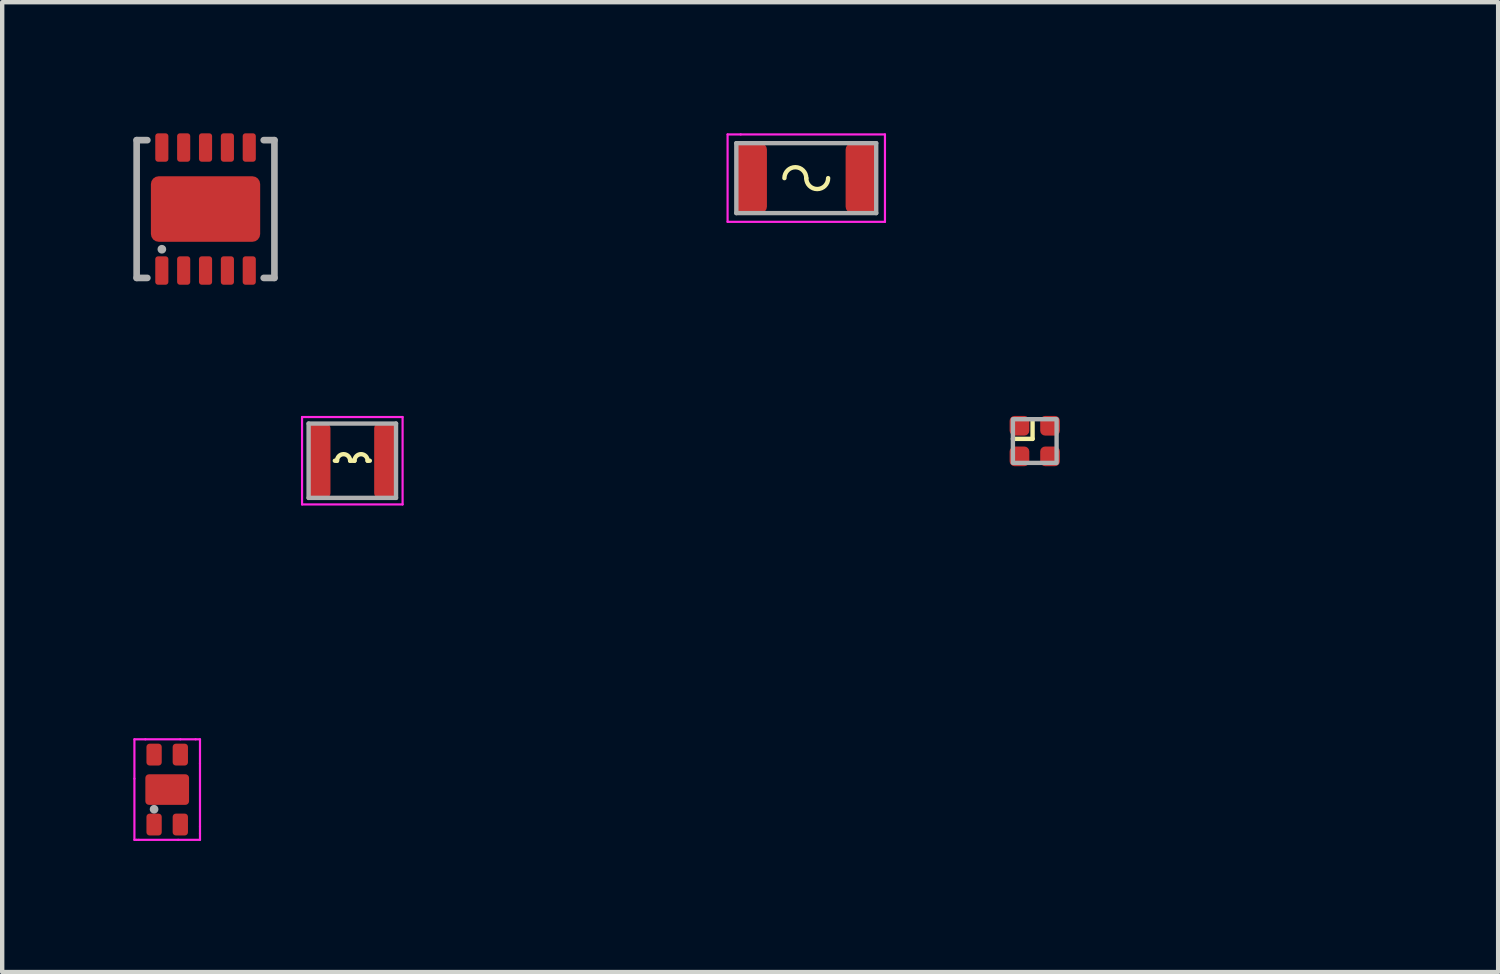
<source format=kicad_pcb>
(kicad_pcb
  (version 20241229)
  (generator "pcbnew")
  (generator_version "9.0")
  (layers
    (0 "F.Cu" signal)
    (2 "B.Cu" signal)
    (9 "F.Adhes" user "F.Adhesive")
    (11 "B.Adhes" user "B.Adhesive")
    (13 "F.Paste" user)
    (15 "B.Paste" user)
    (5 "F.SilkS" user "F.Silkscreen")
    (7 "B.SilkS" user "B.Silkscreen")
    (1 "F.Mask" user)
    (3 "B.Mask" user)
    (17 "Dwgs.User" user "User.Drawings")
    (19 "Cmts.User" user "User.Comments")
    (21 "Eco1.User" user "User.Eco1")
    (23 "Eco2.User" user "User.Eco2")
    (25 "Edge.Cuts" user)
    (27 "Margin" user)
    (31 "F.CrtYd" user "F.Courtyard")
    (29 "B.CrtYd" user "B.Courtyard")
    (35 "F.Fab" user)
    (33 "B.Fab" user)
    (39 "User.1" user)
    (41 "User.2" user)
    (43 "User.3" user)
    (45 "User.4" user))
  (footprint "LED_WS2812B_1010"
    (layer "F.Cu")
    (at 20.622 7.04)
    (property "Reference" "LED_WS2812B_1010" (at 0 -1.3 0) (unlocked yes) (layer "User.8") (effects (font (size 1 1) (thickness 0.1))))
    (attr smd)
    (fp_line (start -0.05 -0.5) (end -0.05 -0.05) (stroke (width 0.1) (type default)) (layer "F.SilkS"))
    (fp_line (start -0.05 -0.05) (end -0.5 -0.05) (stroke (width 0.1) (type default)) (layer "F.SilkS"))
    (fp_rect (start -0.5 -0.5) (end 0.5 0.5) (stroke (width 0.1) (type default)) (fill no) (layer "F.Fab"))
    (fp_text user "${REFERENCE}" (at 0 2.95 0) (unlocked yes) (layer "User.9") (effects (font (size 1 1) (thickness 0.15))))
    (pad "1" smd roundrect (at -0.35 -0.35) (size 0.45 0.45) (layers "F.Cu" "F.Mask" "F.Paste") (roundrect_rratio 0.25))
    (pad "2" smd roundrect (at -0.35 0.35) (size 0.45 0.45) (layers "F.Cu" "F.Mask" "F.Paste") (roundrect_rratio 0.25))
    (pad "3" smd roundrect (at 0.35 0.35) (size 0.45 0.45) (layers "F.Cu" "F.Mask" "F.Paste") (roundrect_rratio 0.25))
    (pad "4" smd roundrect (at 0.35 -0.35) (size 0.45 0.45) (layers "F.Cu" "F.Mask" "F.Paste") (roundrect_rratio 0.25)))
  (footprint "L_Canmi_2016_2.0x1.6mm"
    (layer "F.Cu")
    (at 5.01 7.49)
    (property "Reference" "L_Canmi_2016_2.0x1.6mm" (at 0 -2 0) (layer "User.8") (effects (font (size 1 1) (thickness 0.15))))
    (attr smd)
    (fp_line (start -0.35 0) (end -0.4 0) (stroke (width 0.1) (type default)) (layer "F.SilkS"))
    (fp_line (start -0.05 0) (end 0.05 0) (stroke (width 0.1) (type default)) (layer "F.SilkS"))
    (fp_line (start 0.35 0) (end 0.4 0) (stroke (width 0.1) (type default)) (layer "F.SilkS"))
    (fp_arc (start -0.35 0) (mid -0.2 -0.15) (end -0.05 0) (stroke (width 0.1) (type default)) (layer "F.SilkS"))
    (fp_arc (start 0.05 0) (mid 0.2 -0.15) (end 0.35 0) (stroke (width 0.1) (type default)) (layer "F.SilkS"))
    (fp_line (start -1.15 -1) (end -1 -1) (stroke (width 0.05) (type default)) (layer "F.CrtYd"))
    (fp_line (start -1.15 1) (end -1.15 -1) (stroke (width 0.05) (type default)) (layer "F.CrtYd"))
    (fp_line (start -1 -1) (end 1.15 -1) (stroke (width 0.05) (type default)) (layer "F.CrtYd"))
    (fp_line (start 1.15 -1) (end 1.15 1) (stroke (width 0.05) (type default)) (layer "F.CrtYd"))
    (fp_line (start 1.15 1) (end -1.15 1) (stroke (width 0.05) (type default)) (layer "F.CrtYd"))
    (fp_line (start -1 -0.85) (end 1 -0.85) (stroke (width 0.1) (type default)) (layer "F.Fab"))
    (fp_line (start -1 0.85) (end -1 -0.85) (stroke (width 0.1) (type default)) (layer "F.Fab"))
    (fp_line (start 1 -0.85) (end 1 0.85) (stroke (width 0.1) (type default)) (layer "F.Fab"))
    (fp_line (start 1 0.85) (end -1 0.85) (stroke (width 0.1) (type default)) (layer "F.Fab"))
    (fp_text user "${REFERENCE}" (at 0 0 0) (layer "User.9") (effects (font (size 0.5 0.5) (thickness 0.08))))
    (pad "1" smd roundrect (at -0.75 0) (size 0.5 1.7) (layers "F.Cu" "F.Mask" "F.Paste") (roundrect_rratio 0.21))
    (pad "2" smd roundrect (at 0.75 0) (size 0.5 1.7) (layers "F.Cu" "F.Mask" "F.Paste") (roundrect_rratio 0.21)))
  (footprint "Fuse_Canmi_1206_3216Metric"
    (layer "F.Cu")
    (at 15.395 1.025)
    (property "Reference" "Fuse_Canmi_1206_3216Metric" (at 0 -1.82 0) (layer "User.8") (effects (font (size 1 1) (thickness 0.15))))
    (attr smd)
    (fp_arc (start -0.5 0) (mid -0.25 -0.25) (end 0 0) (stroke (width 0.1) (type default)) (layer "F.SilkS"))
    (fp_arc (start 0.499999 0) (mid 0.25 0.249999) (end 0.000001 0) (stroke (width 0.1) (type default)) (layer "F.SilkS"))
    (fp_line (start -1.8 -1) (end -1.5 -1) (stroke (width 0.05) (type default)) (layer "F.CrtYd"))
    (fp_line (start -1.8 1) (end -1.8 -1) (stroke (width 0.05) (type default)) (layer "F.CrtYd"))
    (fp_line (start -1.5 -1) (end 1.8 -1) (stroke (width 0.05) (type default)) (layer "F.CrtYd"))
    (fp_line (start 1.8 -1) (end 1.8 1) (stroke (width 0.05) (type default)) (layer "F.CrtYd"))
    (fp_line (start 1.8 1) (end -1.8 1) (stroke (width 0.05) (type default)) (layer "F.CrtYd"))
    (fp_line (start -1.6 -0.8) (end 1.6 -0.8) (stroke (width 0.1) (type solid)) (layer "F.Fab"))
    (fp_line (start -1.6 0.8) (end -1.6 -0.8) (stroke (width 0.1) (type solid)) (layer "F.Fab"))
    (fp_line (start 1.6 -0.8) (end 1.6 0.8) (stroke (width 0.1) (type solid)) (layer "F.Fab"))
    (fp_line (start 1.6 0.8) (end -1.6 0.8) (stroke (width 0.1) (type solid)) (layer "F.Fab"))
    (fp_text user "${REFERENCE}" (at 0 0 0) (layer "User.9") (effects (font (size 0.8 0.8) (thickness 0.12))))
    (pad "1" smd roundrect (at -1.25 0) (size 0.7 1.6) (layers "F.Cu" "F.Mask" "F.Paste") (roundrect_rratio 0.21))
    (pad "2" smd roundrect (at 1.25 0) (size 0.7 1.6) (layers "F.Cu" "F.Mask" "F.Paste") (roundrect_rratio 0.21)))
  (footprint "DFN-10_L3.0-W3.0-P0.50-BL-EP2.5"
    (layer "F.Cu")
    (at 1.652 1.732)
    (property "Reference" "DFN-10_L3.0-W3.0-P0.50-BL-EP2.5" (at 0 -2.44 0) (layer "User.8") (effects (font (size 1 1) (thickness 0.15))))
    (fp_line (start -1.576 -1.576) (end -1.331 -1.576) (stroke (width 0.152) (type default)) (layer "F.Fab"))
    (fp_line (start -1.576 1.576) (end -1.576 -1.576) (stroke (width 0.152) (type default)) (layer "F.Fab"))
    (fp_line (start -1.331 1.576) (end -1.576 1.576) (stroke (width 0.152) (type default)) (layer "F.Fab"))
    (fp_line (start 1.331 1.576) (end 1.576 1.576) (stroke (width 0.152) (type default)) (layer "F.Fab"))
    (fp_line (start 1.576 -1.576) (end 1.331 -1.576) (stroke (width 0.152) (type default)) (layer "F.Fab"))
    (fp_line (start 1.576 1.576) (end 1.576 -1.576) (stroke (width 0.152) (type default)) (layer "F.Fab"))
    (fp_circle (center -0.999 0.92) (end -0.999 0.97) (stroke (width 0.1) (type default)) (fill no) (layer "F.Fab"))
    (fp_poly (pts (xy -1.12 -1.5) (xy -1.12 -1.1) (xy -0.88 -1.1) (xy -0.88 -1.5)) (stroke (width 0.1) (type default)) (fill no) (layer "User.1"))
    (fp_poly (pts (xy -1.12 1.5) (xy -1.12 1.1) (xy -0.88 1.1) (xy -0.88 1.5)) (stroke (width 0.1) (type default)) (fill no) (layer "User.1"))
    (fp_poly (pts (xy -0.62 -1.5) (xy -0.62 -1.1) (xy -0.38 -1.1) (xy -0.38 -1.5)) (stroke (width 0.1) (type default)) (fill no) (layer "User.1"))
    (fp_poly (pts (xy -0.62 1.5) (xy -0.62 1.1) (xy -0.38 1.1) (xy -0.38 1.5)) (stroke (width 0.1) (type default)) (fill no) (layer "User.1"))
    (fp_poly (pts (xy -0.12 -1.5) (xy -0.12 -1.1) (xy 0.12 -1.1) (xy 0.12 -1.5)) (stroke (width 0.1) (type default)) (fill no) (layer "User.1"))
    (fp_poly (pts (xy -0.12 1.5) (xy -0.12 1.1) (xy 0.12 1.1) (xy 0.12 1.5)) (stroke (width 0.1) (type default)) (fill no) (layer "User.1"))
    (fp_poly (pts (xy 0.38 -1.5) (xy 0.38 -1.1) (xy 0.62 -1.1) (xy 0.62 -1.5)) (stroke (width 0.1) (type default)) (fill no) (layer "User.1"))
    (fp_poly (pts (xy 0.38 1.5) (xy 0.38 1.1) (xy 0.62 1.1) (xy 0.62 1.5)) (stroke (width 0.1) (type default)) (fill no) (layer "User.1"))
    (fp_poly (pts (xy 0.88 -1.5) (xy 0.88 -1.1) (xy 1.12 -1.1) (xy 1.12 -1.5)) (stroke (width 0.1) (type default)) (fill no) (layer "User.1"))
    (fp_poly (pts (xy 0.88 1.5) (xy 0.88 1.1) (xy 1.12 1.1) (xy 1.12 1.5)) (stroke (width 0.1) (type default)) (fill no) (layer "User.1"))
    (fp_line (start -1.5 -1.5) (end 1.5 -1.5) (stroke (width 0.051) (type default)) (layer "User.2"))
    (fp_line (start -1.5 1.5) (end -1.5 -1.5) (stroke (width 0.051) (type default)) (layer "User.2"))
    (fp_line (start 1.5 -1.5) (end 1.5 1.5) (stroke (width 0.051) (type default)) (layer "User.2"))
    (fp_line (start 1.5 1.5) (end -1.5 1.5) (stroke (width 0.051) (type default)) (layer "User.2"))
    (fp_poly (pts (xy -1.44 1.5) (xy -1.458 1.458) (xy -1.5 1.44) (xy -1.542 1.458) (xy -1.56 1.5) (xy -1.542 1.542) (xy -1.5 1.56) (xy -1.458 1.542)) (stroke (width 0.1) (type default)) (fill no) (layer "User.3"))
    (pad "" smd roundrect (at 0 0) (size 1.8 1) (layers "F.Paste") (roundrect_rratio 0.12))
    (pad "1" smd roundrect (at -1 1.407) (size 0.3 0.65) (layers "F.Cu" "F.Mask" "F.Paste") (roundrect_rratio 0.21))
    (pad "2" smd roundrect (at -0.5 1.407) (size 0.3 0.65) (layers "F.Cu" "F.Mask" "F.Paste") (roundrect_rratio 0.21))
    (pad "3" smd roundrect (at 0 1.407) (size 0.3 0.65) (layers "F.Cu" "F.Mask" "F.Paste") (roundrect_rratio 0.21))
    (pad "4" smd roundrect (at 0.5 1.407) (size 0.3 0.65) (layers "F.Cu" "F.Mask" "F.Paste") (roundrect_rratio 0.21))
    (pad "5" smd roundrect (at 1 1.407) (size 0.3 0.65) (layers "F.Cu" "F.Mask" "F.Paste") (roundrect_rratio 0.21))
    (pad "6" smd roundrect (at 1 -1.407) (size 0.3 0.65) (layers "F.Cu" "F.Mask" "F.Paste") (roundrect_rratio 0.21))
    (pad "7" smd roundrect (at 0.5 -1.407) (size 0.3 0.65) (layers "F.Cu" "F.Mask" "F.Paste") (roundrect_rratio 0.21))
    (pad "8" smd roundrect (at 0 -1.407) (size 0.3 0.65) (layers "F.Cu" "F.Mask" "F.Paste") (roundrect_rratio 0.21))
    (pad "9" smd roundrect (at -0.5 -1.407) (size 0.3 0.65) (layers "F.Cu" "F.Mask" "F.Paste") (roundrect_rratio 0.21))
    (pad "10" smd roundrect (at -1 -1.407) (size 0.3 0.65) (layers "F.Cu" "F.Mask" "F.Paste") (roundrect_rratio 0.21))
    (pad "11" smd roundrect (at 0 0) (size 2.5 1.5) (layers "F.Cu" "F.Mask") (roundrect_rratio 0.12)))
  (footprint "LLP-4_L1.6-W1.2-P0.60-BL-EP"
    (layer "F.Cu")
    (at 0.775 15.013)
    (property "Reference" "LLP-4_L1.6-W1.2-P0.60-BL-EP" (at 0 -2.034 0) (layer "User.8") (effects (font (size 1 1) (thickness 0.15))))
    (fp_line (start -0.75 -1.15) (end -0.5 -1.15) (stroke (width 0.05) (type default)) (layer "F.CrtYd"))
    (fp_line (start -0.75 -0.25) (end -0.75 -1.15) (stroke (width 0.05) (type default)) (layer "F.CrtYd"))
    (fp_line (start -0.75 1.15) (end -0.75 -0.25) (stroke (width 0.05) (type default)) (layer "F.CrtYd"))
    (fp_line (start -0.7 1.15) (end -0.75 1.15) (stroke (width 0.05) (type default)) (layer "F.CrtYd"))
    (fp_line (start -0.65 1.15) (end -0.7 1.15) (stroke (width 0.05) (type default)) (layer "F.CrtYd"))
    (fp_line (start -0.5 -1.15) (end 0.3 -1.15) (stroke (width 0.05) (type default)) (layer "F.CrtYd"))
    (fp_line (start 0.25 1.15) (end -0.65 1.15) (stroke (width 0.05) (type default)) (layer "F.CrtYd"))
    (fp_line (start 0.3 -1.15) (end 0.65 -1.15) (stroke (width 0.05) (type default)) (layer "F.CrtYd"))
    (fp_line (start 0.65 -1.15) (end 0.75 -1.15) (stroke (width 0.05) (type default)) (layer "F.CrtYd"))
    (fp_line (start 0.75 -1.15) (end 0.75 -0.6) (stroke (width 0.05) (type default)) (layer "F.CrtYd"))
    (fp_line (start 0.75 -0.6) (end 0.75 0.85) (stroke (width 0.05) (type default)) (layer "F.CrtYd"))
    (fp_line (start 0.75 0.85) (end 0.75 1) (stroke (width 0.05) (type default)) (layer "F.CrtYd"))
    (fp_line (start 0.75 1) (end 0.75 1.15) (stroke (width 0.05) (type default)) (layer "F.CrtYd"))
    (fp_line (start 0.75 1.15) (end 0.25 1.15) (stroke (width 0.05) (type default)) (layer "F.CrtYd"))
    (fp_circle (center -0.3 0.45) (end -0.3 0.5) (stroke (width 0.1) (type default)) (fill no) (layer "F.Fab"))
    (fp_poly (pts (xy -0.45 -0.6) (xy -0.45 -0.8) (xy -0.15 -0.8) (xy -0.15 -0.6)) (stroke (width 0.1) (type default)) (fill no) (layer "User.1"))
    (fp_poly (pts (xy -0.45 0.8) (xy -0.45 0.6) (xy -0.15 0.6) (xy -0.15 0.8)) (stroke (width 0.1) (type default)) (fill no) (layer "User.1"))
    (fp_poly (pts (xy 0.15 -0.6) (xy 0.15 -0.8) (xy 0.45 -0.8) (xy 0.45 -0.6)) (stroke (width 0.1) (type default)) (fill no) (layer "User.1"))
    (fp_poly (pts (xy 0.15 0.8) (xy 0.15 0.6) (xy 0.45 0.6) (xy 0.45 0.8)) (stroke (width 0.1) (type default)) (fill no) (layer "User.1"))
    (fp_line (start -0.6 -0.8) (end 0.6 -0.8) (stroke (width 0.051) (type default)) (layer "User.2"))
    (fp_line (start -0.6 0.8) (end -0.6 -0.8) (stroke (width 0.051) (type default)) (layer "User.2"))
    (fp_line (start 0.6 -0.8) (end 0.6 0.8) (stroke (width 0.051) (type default)) (layer "User.2"))
    (fp_line (start 0.6 0.8) (end -0.6 0.8) (stroke (width 0.051) (type default)) (layer "User.2"))
    (fp_poly (pts (xy -0.54 0.8) (xy -0.558 0.758) (xy -0.6 0.74) (xy -0.642 0.758) (xy -0.66 0.8) (xy -0.642 0.842) (xy -0.6 0.86) (xy -0.558 0.842)) (stroke (width 0.1) (type default)) (fill no) (layer "User.3"))
    (pad "" smd roundrect (at 0 0 180) (size 0.8 0.5) (layers "F.Paste") (roundrect_rratio 0.12))
    (pad "1" smd roundrect (at -0.3 0.8) (size 0.35 0.5) (layers "F.Cu" "F.Mask" "F.Paste") (roundrect_rratio 0.21))
    (pad "2" smd roundrect (at 0.3 0.8) (size 0.35 0.5) (layers "F.Cu" "F.Mask" "F.Paste") (roundrect_rratio 0.21))
    (pad "3" smd roundrect (at 0.3 -0.8) (size 0.35 0.5) (layers "F.Cu" "F.Mask" "F.Paste") (roundrect_rratio 0.21))
    (pad "4" smd roundrect (at -0.3 -0.8) (size 0.35 0.5) (layers "F.Cu" "F.Mask" "F.Paste") (roundrect_rratio 0.21))
    (pad "5" smd roundrect (at 0 0) (size 1 0.7) (layers "F.Cu" "F.Mask") (roundrect_rratio 0.12)))
  (gr_rect
    (start -3 -3)
    (end 31.223 19.188)
    (stroke (width 0.1) (type default))
    (fill no)
    (layer "Edge.Cuts")))
</source>
